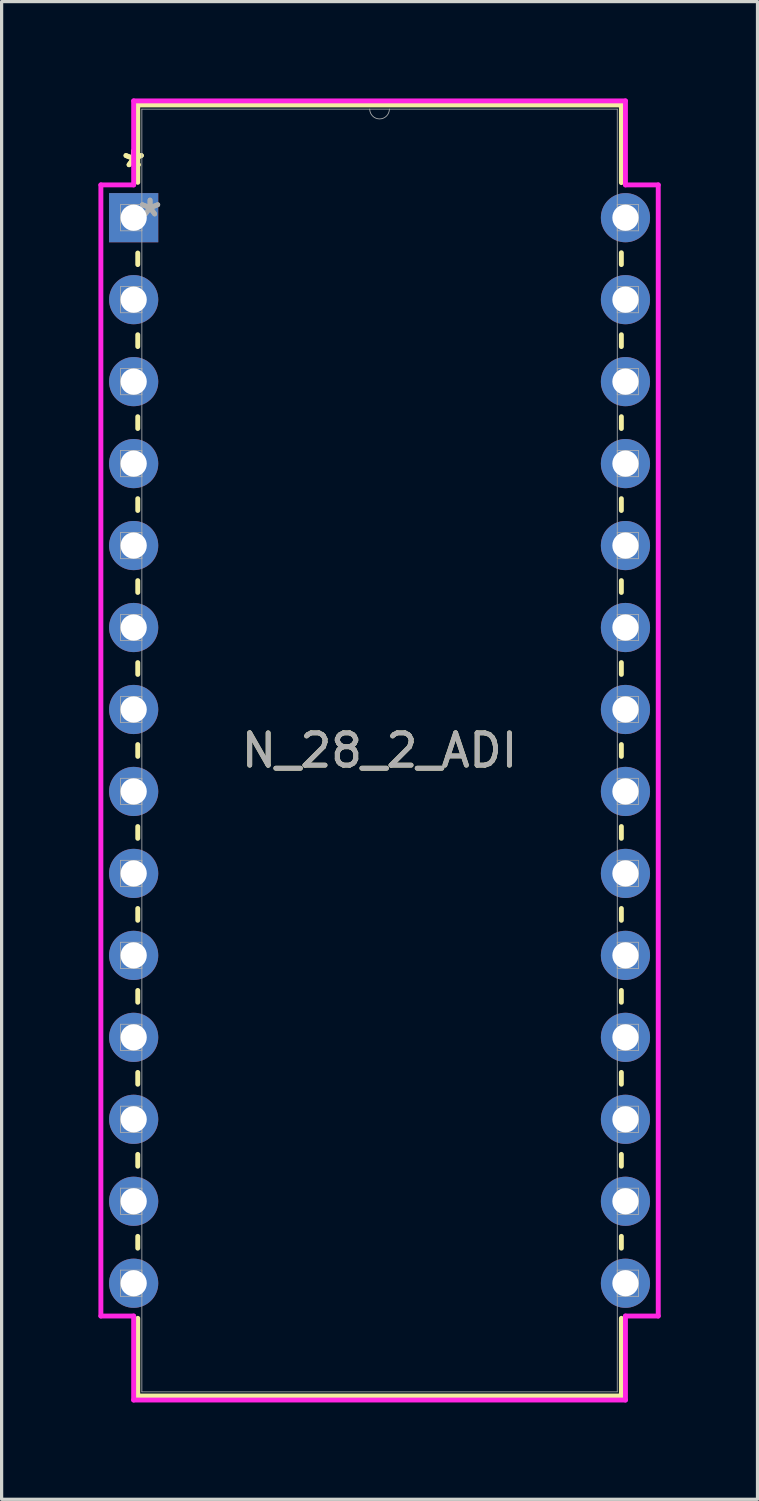
<source format=kicad_pcb>
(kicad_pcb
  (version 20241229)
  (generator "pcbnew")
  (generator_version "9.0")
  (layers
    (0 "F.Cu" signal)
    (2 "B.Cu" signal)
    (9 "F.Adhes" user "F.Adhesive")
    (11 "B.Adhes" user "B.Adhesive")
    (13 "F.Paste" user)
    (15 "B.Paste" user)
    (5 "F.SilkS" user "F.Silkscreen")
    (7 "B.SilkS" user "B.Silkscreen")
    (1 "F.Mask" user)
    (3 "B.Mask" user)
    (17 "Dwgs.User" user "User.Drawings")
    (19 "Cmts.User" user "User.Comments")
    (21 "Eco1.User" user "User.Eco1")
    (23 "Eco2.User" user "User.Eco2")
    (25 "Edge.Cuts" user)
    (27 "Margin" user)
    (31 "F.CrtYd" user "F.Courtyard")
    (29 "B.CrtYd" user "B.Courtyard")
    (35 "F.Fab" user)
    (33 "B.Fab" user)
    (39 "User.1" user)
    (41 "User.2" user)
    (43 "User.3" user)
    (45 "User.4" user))
  (footprint "N_28_2_ADI"
    (layer "F.Cu")
    (at 1.092 3.696)
    (property "Reference" "N_28_2_ADI" (at 7.62 16.51 0) (unlocked yes) (layer "F.SilkS") (effects (font (size 1 1) (thickness 0.15))))
    (attr through_hole)
    (fp_line (start 0.127 -3.493) (end 0.127 -1.095) (stroke (width 0.152) (type solid)) (layer "F.SilkS"))
    (fp_line (start 0.127 1.095) (end 0.127 1.453) (stroke (width 0.152) (type solid)) (layer "F.SilkS"))
    (fp_line (start 0.127 3.627) (end 0.127 3.993) (stroke (width 0.152) (type solid)) (layer "F.SilkS"))
    (fp_line (start 0.127 6.167) (end 0.127 6.533) (stroke (width 0.152) (type solid)) (layer "F.SilkS"))
    (fp_line (start 0.127 8.707) (end 0.127 9.073) (stroke (width 0.152) (type solid)) (layer "F.SilkS"))
    (fp_line (start 0.127 11.247) (end 0.127 11.613) (stroke (width 0.152) (type solid)) (layer "F.SilkS"))
    (fp_line (start 0.127 13.787) (end 0.127 14.153) (stroke (width 0.152) (type solid)) (layer "F.SilkS"))
    (fp_line (start 0.127 16.327) (end 0.127 16.693) (stroke (width 0.152) (type solid)) (layer "F.SilkS"))
    (fp_line (start 0.127 18.867) (end 0.127 19.233) (stroke (width 0.152) (type solid)) (layer "F.SilkS"))
    (fp_line (start 0.127 21.407) (end 0.127 21.773) (stroke (width 0.152) (type solid)) (layer "F.SilkS"))
    (fp_line (start 0.127 23.947) (end 0.127 24.313) (stroke (width 0.152) (type solid)) (layer "F.SilkS"))
    (fp_line (start 0.127 26.487) (end 0.127 26.853) (stroke (width 0.152) (type solid)) (layer "F.SilkS"))
    (fp_line (start 0.127 29.027) (end 0.127 29.393) (stroke (width 0.152) (type solid)) (layer "F.SilkS"))
    (fp_line (start 0.127 31.567) (end 0.127 31.933) (stroke (width 0.152) (type solid)) (layer "F.SilkS"))
    (fp_line (start 0.127 34.107) (end 0.127 36.513) (stroke (width 0.152) (type solid)) (layer "F.SilkS"))
    (fp_line (start 0.127 36.513) (end 15.113 36.513) (stroke (width 0.152) (type solid)) (layer "F.SilkS"))
    (fp_line (start 15.113 -3.493) (end 0.127 -3.493) (stroke (width 0.152) (type solid)) (layer "F.SilkS"))
    (fp_line (start 15.113 -1.087) (end 15.113 -3.493) (stroke (width 0.152) (type solid)) (layer "F.SilkS"))
    (fp_line (start 15.113 1.453) (end 15.113 1.087) (stroke (width 0.152) (type solid)) (layer "F.SilkS"))
    (fp_line (start 15.113 3.993) (end 15.113 3.627) (stroke (width 0.152) (type solid)) (layer "F.SilkS"))
    (fp_line (start 15.113 6.533) (end 15.113 6.167) (stroke (width 0.152) (type solid)) (layer "F.SilkS"))
    (fp_line (start 15.113 9.073) (end 15.113 8.707) (stroke (width 0.152) (type solid)) (layer "F.SilkS"))
    (fp_line (start 15.113 11.613) (end 15.113 11.247) (stroke (width 0.152) (type solid)) (layer "F.SilkS"))
    (fp_line (start 15.113 14.153) (end 15.113 13.787) (stroke (width 0.152) (type solid)) (layer "F.SilkS"))
    (fp_line (start 15.113 16.693) (end 15.113 16.327) (stroke (width 0.152) (type solid)) (layer "F.SilkS"))
    (fp_line (start 15.113 19.233) (end 15.113 18.867) (stroke (width 0.152) (type solid)) (layer "F.SilkS"))
    (fp_line (start 15.113 21.773) (end 15.113 21.407) (stroke (width 0.152) (type solid)) (layer "F.SilkS"))
    (fp_line (start 15.113 24.313) (end 15.113 23.947) (stroke (width 0.152) (type solid)) (layer "F.SilkS"))
    (fp_line (start 15.113 26.853) (end 15.113 26.487) (stroke (width 0.152) (type solid)) (layer "F.SilkS"))
    (fp_line (start 15.113 29.393) (end 15.113 29.027) (stroke (width 0.152) (type solid)) (layer "F.SilkS"))
    (fp_line (start 15.113 31.933) (end 15.113 31.567) (stroke (width 0.152) (type solid)) (layer "F.SilkS"))
    (fp_line (start 15.113 36.513) (end 15.113 34.107) (stroke (width 0.152) (type solid)) (layer "F.SilkS"))
    (fp_line (start -1.016 -1.016) (end 0 -1.016) (stroke (width 0.152) (type solid)) (layer "F.CrtYd"))
    (fp_line (start -1.016 34.036) (end -1.016 -1.016) (stroke (width 0.152) (type solid)) (layer "F.CrtYd"))
    (fp_line (start 0 -3.619) (end 15.24 -3.619) (stroke (width 0.152) (type solid)) (layer "F.CrtYd"))
    (fp_line (start 0 -1.016) (end 0 -3.619) (stroke (width 0.152) (type solid)) (layer "F.CrtYd"))
    (fp_line (start 0 34.036) (end -1.016 34.036) (stroke (width 0.152) (type solid)) (layer "F.CrtYd"))
    (fp_line (start 0 36.639) (end 0 34.036) (stroke (width 0.152) (type solid)) (layer "F.CrtYd"))
    (fp_line (start 15.24 -3.619) (end 15.24 -1.016) (stroke (width 0.152) (type solid)) (layer "F.CrtYd"))
    (fp_line (start 15.24 34.036) (end 15.24 36.639) (stroke (width 0.152) (type solid)) (layer "F.CrtYd"))
    (fp_line (start 15.24 36.639) (end 0 36.639) (stroke (width 0.152) (type solid)) (layer "F.CrtYd"))
    (fp_line (start 16.256 -1.016) (end 15.24 -1.016) (stroke (width 0.152) (type solid)) (layer "F.CrtYd"))
    (fp_line (start 16.256 -1.016) (end 16.256 34.036) (stroke (width 0.152) (type solid)) (layer "F.CrtYd"))
    (fp_line (start 16.256 34.036) (end 15.24 34.036) (stroke (width 0.152) (type solid)) (layer "F.CrtYd"))
    (fp_line (start -0.406 -0.406) (end -0.406 0.406) (stroke (width 0.025) (type solid)) (layer "F.Fab"))
    (fp_line (start -0.406 0.406) (end 0.254 0.406) (stroke (width 0.025) (type solid)) (layer "F.Fab"))
    (fp_line (start -0.406 2.134) (end -0.406 2.946) (stroke (width 0.025) (type solid)) (layer "F.Fab"))
    (fp_line (start -0.406 2.946) (end 0.254 2.946) (stroke (width 0.025) (type solid)) (layer "F.Fab"))
    (fp_line (start -0.406 4.674) (end -0.406 5.486) (stroke (width 0.025) (type solid)) (layer "F.Fab"))
    (fp_line (start -0.406 5.486) (end 0.254 5.486) (stroke (width 0.025) (type solid)) (layer "F.Fab"))
    (fp_line (start -0.406 7.214) (end -0.406 8.026) (stroke (width 0.025) (type solid)) (layer "F.Fab"))
    (fp_line (start -0.406 8.026) (end 0.254 8.026) (stroke (width 0.025) (type solid)) (layer "F.Fab"))
    (fp_line (start -0.406 9.754) (end -0.406 10.566) (stroke (width 0.025) (type solid)) (layer "F.Fab"))
    (fp_line (start -0.406 10.566) (end 0.254 10.566) (stroke (width 0.025) (type solid)) (layer "F.Fab"))
    (fp_line (start -0.406 12.294) (end -0.406 13.106) (stroke (width 0.025) (type solid)) (layer "F.Fab"))
    (fp_line (start -0.406 13.106) (end 0.254 13.106) (stroke (width 0.025) (type solid)) (layer "F.Fab"))
    (fp_line (start -0.406 14.834) (end -0.406 15.646) (stroke (width 0.025) (type solid)) (layer "F.Fab"))
    (fp_line (start -0.406 15.646) (end 0.254 15.646) (stroke (width 0.025) (type solid)) (layer "F.Fab"))
    (fp_line (start -0.406 17.374) (end -0.406 18.186) (stroke (width 0.025) (type solid)) (layer "F.Fab"))
    (fp_line (start -0.406 18.186) (end 0.254 18.186) (stroke (width 0.025) (type solid)) (layer "F.Fab"))
    (fp_line (start -0.406 19.914) (end -0.406 20.726) (stroke (width 0.025) (type solid)) (layer "F.Fab"))
    (fp_line (start -0.406 20.726) (end 0.254 20.726) (stroke (width 0.025) (type solid)) (layer "F.Fab"))
    (fp_line (start -0.406 22.454) (end -0.406 23.266) (stroke (width 0.025) (type solid)) (layer "F.Fab"))
    (fp_line (start -0.406 23.266) (end 0.254 23.266) (stroke (width 0.025) (type solid)) (layer "F.Fab"))
    (fp_line (start -0.406 24.994) (end -0.406 25.806) (stroke (width 0.025) (type solid)) (layer "F.Fab"))
    (fp_line (start -0.406 25.806) (end 0.254 25.806) (stroke (width 0.025) (type solid)) (layer "F.Fab"))
    (fp_line (start -0.406 27.534) (end -0.406 28.346) (stroke (width 0.025) (type solid)) (layer "F.Fab"))
    (fp_line (start -0.406 28.346) (end 0.254 28.346) (stroke (width 0.025) (type solid)) (layer "F.Fab"))
    (fp_line (start -0.406 30.074) (end -0.406 30.886) (stroke (width 0.025) (type solid)) (layer "F.Fab"))
    (fp_line (start -0.406 30.886) (end 0.254 30.886) (stroke (width 0.025) (type solid)) (layer "F.Fab"))
    (fp_line (start -0.406 32.614) (end -0.406 33.426) (stroke (width 0.025) (type solid)) (layer "F.Fab"))
    (fp_line (start -0.406 33.426) (end 0.254 33.426) (stroke (width 0.025) (type solid)) (layer "F.Fab"))
    (fp_line (start 0.254 -3.365) (end 0.254 36.386) (stroke (width 0.025) (type solid)) (layer "F.Fab"))
    (fp_line (start 0.254 -0.406) (end -0.406 -0.406) (stroke (width 0.025) (type solid)) (layer "F.Fab"))
    (fp_line (start 0.254 0.406) (end 0.254 -0.406) (stroke (width 0.025) (type solid)) (layer "F.Fab"))
    (fp_line (start 0.254 2.134) (end -0.406 2.134) (stroke (width 0.025) (type solid)) (layer "F.Fab"))
    (fp_line (start 0.254 2.946) (end 0.254 2.134) (stroke (width 0.025) (type solid)) (layer "F.Fab"))
    (fp_line (start 0.254 4.674) (end -0.406 4.674) (stroke (width 0.025) (type solid)) (layer "F.Fab"))
    (fp_line (start 0.254 5.486) (end 0.254 4.674) (stroke (width 0.025) (type solid)) (layer "F.Fab"))
    (fp_line (start 0.254 7.214) (end -0.406 7.214) (stroke (width 0.025) (type solid)) (layer "F.Fab"))
    (fp_line (start 0.254 8.026) (end 0.254 7.214) (stroke (width 0.025) (type solid)) (layer "F.Fab"))
    (fp_line (start 0.254 9.754) (end -0.406 9.754) (stroke (width 0.025) (type solid)) (layer "F.Fab"))
    (fp_line (start 0.254 10.566) (end 0.254 9.754) (stroke (width 0.025) (type solid)) (layer "F.Fab"))
    (fp_line (start 0.254 12.294) (end -0.406 12.294) (stroke (width 0.025) (type solid)) (layer "F.Fab"))
    (fp_line (start 0.254 13.106) (end 0.254 12.294) (stroke (width 0.025) (type solid)) (layer "F.Fab"))
    (fp_line (start 0.254 14.834) (end -0.406 14.834) (stroke (width 0.025) (type solid)) (layer "F.Fab"))
    (fp_line (start 0.254 15.646) (end 0.254 14.834) (stroke (width 0.025) (type solid)) (layer "F.Fab"))
    (fp_line (start 0.254 17.374) (end -0.406 17.374) (stroke (width 0.025) (type solid)) (layer "F.Fab"))
    (fp_line (start 0.254 18.186) (end 0.254 17.374) (stroke (width 0.025) (type solid)) (layer "F.Fab"))
    (fp_line (start 0.254 19.914) (end -0.406 19.914) (stroke (width 0.025) (type solid)) (layer "F.Fab"))
    (fp_line (start 0.254 20.726) (end 0.254 19.914) (stroke (width 0.025) (type solid)) (layer "F.Fab"))
    (fp_line (start 0.254 22.454) (end -0.406 22.454) (stroke (width 0.025) (type solid)) (layer "F.Fab"))
    (fp_line (start 0.254 23.266) (end 0.254 22.454) (stroke (width 0.025) (type solid)) (layer "F.Fab"))
    (fp_line (start 0.254 24.994) (end -0.406 24.994) (stroke (width 0.025) (type solid)) (layer "F.Fab"))
    (fp_line (start 0.254 25.806) (end 0.254 24.994) (stroke (width 0.025) (type solid)) (layer "F.Fab"))
    (fp_line (start 0.254 27.534) (end -0.406 27.534) (stroke (width 0.025) (type solid)) (layer "F.Fab"))
    (fp_line (start 0.254 28.346) (end 0.254 27.534) (stroke (width 0.025) (type solid)) (layer "F.Fab"))
    (fp_line (start 0.254 30.074) (end -0.406 30.074) (stroke (width 0.025) (type solid)) (layer "F.Fab"))
    (fp_line (start 0.254 30.886) (end 0.254 30.074) (stroke (width 0.025) (type solid)) (layer "F.Fab"))
    (fp_line (start 0.254 32.614) (end -0.406 32.614) (stroke (width 0.025) (type solid)) (layer "F.Fab"))
    (fp_line (start 0.254 33.426) (end 0.254 32.614) (stroke (width 0.025) (type solid)) (layer "F.Fab"))
    (fp_line (start 0.254 36.386) (end 14.986 36.386) (stroke (width 0.025) (type solid)) (layer "F.Fab"))
    (fp_line (start 14.986 -3.365) (end 0.254 -3.365) (stroke (width 0.025) (type solid)) (layer "F.Fab"))
    (fp_line (start 14.986 -0.406) (end 14.986 0.406) (stroke (width 0.025) (type solid)) (layer "F.Fab"))
    (fp_line (start 14.986 0.406) (end 15.646 0.406) (stroke (width 0.025) (type solid)) (layer "F.Fab"))
    (fp_line (start 14.986 2.134) (end 14.986 2.946) (stroke (width 0.025) (type solid)) (layer "F.Fab"))
    (fp_line (start 14.986 2.946) (end 15.646 2.946) (stroke (width 0.025) (type solid)) (layer "F.Fab"))
    (fp_line (start 14.986 4.674) (end 14.986 5.486) (stroke (width 0.025) (type solid)) (layer "F.Fab"))
    (fp_line (start 14.986 5.486) (end 15.646 5.486) (stroke (width 0.025) (type solid)) (layer "F.Fab"))
    (fp_line (start 14.986 7.214) (end 14.986 8.026) (stroke (width 0.025) (type solid)) (layer "F.Fab"))
    (fp_line (start 14.986 8.026) (end 15.646 8.026) (stroke (width 0.025) (type solid)) (layer "F.Fab"))
    (fp_line (start 14.986 9.754) (end 14.986 10.566) (stroke (width 0.025) (type solid)) (layer "F.Fab"))
    (fp_line (start 14.986 10.566) (end 15.646 10.566) (stroke (width 0.025) (type solid)) (layer "F.Fab"))
    (fp_line (start 14.986 12.294) (end 14.986 13.106) (stroke (width 0.025) (type solid)) (layer "F.Fab"))
    (fp_line (start 14.986 13.106) (end 15.646 13.106) (stroke (width 0.025) (type solid)) (layer "F.Fab"))
    (fp_line (start 14.986 14.834) (end 14.986 15.646) (stroke (width 0.025) (type solid)) (layer "F.Fab"))
    (fp_line (start 14.986 15.646) (end 15.646 15.646) (stroke (width 0.025) (type solid)) (layer "F.Fab"))
    (fp_line (start 14.986 17.374) (end 14.986 18.186) (stroke (width 0.025) (type solid)) (layer "F.Fab"))
    (fp_line (start 14.986 18.186) (end 15.646 18.186) (stroke (width 0.025) (type solid)) (layer "F.Fab"))
    (fp_line (start 14.986 19.914) (end 14.986 20.726) (stroke (width 0.025) (type solid)) (layer "F.Fab"))
    (fp_line (start 14.986 20.726) (end 15.646 20.726) (stroke (width 0.025) (type solid)) (layer "F.Fab"))
    (fp_line (start 14.986 22.454) (end 14.986 23.266) (stroke (width 0.025) (type solid)) (layer "F.Fab"))
    (fp_line (start 14.986 23.266) (end 15.646 23.266) (stroke (width 0.025) (type solid)) (layer "F.Fab"))
    (fp_line (start 14.986 24.994) (end 14.986 25.806) (stroke (width 0.025) (type solid)) (layer "F.Fab"))
    (fp_line (start 14.986 25.806) (end 15.646 25.806) (stroke (width 0.025) (type solid)) (layer "F.Fab"))
    (fp_line (start 14.986 27.534) (end 14.986 28.346) (stroke (width 0.025) (type solid)) (layer "F.Fab"))
    (fp_line (start 14.986 28.346) (end 15.646 28.346) (stroke (width 0.025) (type solid)) (layer "F.Fab"))
    (fp_line (start 14.986 30.074) (end 14.986 30.886) (stroke (width 0.025) (type solid)) (layer "F.Fab"))
    (fp_line (start 14.986 30.886) (end 15.646 30.886) (stroke (width 0.025) (type solid)) (layer "F.Fab"))
    (fp_line (start 14.986 32.614) (end 14.986 33.426) (stroke (width 0.025) (type solid)) (layer "F.Fab"))
    (fp_line (start 14.986 33.426) (end 15.646 33.426) (stroke (width 0.025) (type solid)) (layer "F.Fab"))
    (fp_line (start 14.986 36.386) (end 14.986 -3.365) (stroke (width 0.025) (type solid)) (layer "F.Fab"))
    (fp_line (start 15.646 -0.406) (end 14.986 -0.406) (stroke (width 0.025) (type solid)) (layer "F.Fab"))
    (fp_line (start 15.646 0.406) (end 15.646 -0.406) (stroke (width 0.025) (type solid)) (layer "F.Fab"))
    (fp_line (start 15.646 2.134) (end 14.986 2.134) (stroke (width 0.025) (type solid)) (layer "F.Fab"))
    (fp_line (start 15.646 2.946) (end 15.646 2.134) (stroke (width 0.025) (type solid)) (layer "F.Fab"))
    (fp_line (start 15.646 4.674) (end 14.986 4.674) (stroke (width 0.025) (type solid)) (layer "F.Fab"))
    (fp_line (start 15.646 5.486) (end 15.646 4.674) (stroke (width 0.025) (type solid)) (layer "F.Fab"))
    (fp_line (start 15.646 7.214) (end 14.986 7.214) (stroke (width 0.025) (type solid)) (layer "F.Fab"))
    (fp_line (start 15.646 8.026) (end 15.646 7.214) (stroke (width 0.025) (type solid)) (layer "F.Fab"))
    (fp_line (start 15.646 9.754) (end 14.986 9.754) (stroke (width 0.025) (type solid)) (layer "F.Fab"))
    (fp_line (start 15.646 10.566) (end 15.646 9.754) (stroke (width 0.025) (type solid)) (layer "F.Fab"))
    (fp_line (start 15.646 12.294) (end 14.986 12.294) (stroke (width 0.025) (type solid)) (layer "F.Fab"))
    (fp_line (start 15.646 13.106) (end 15.646 12.294) (stroke (width 0.025) (type solid)) (layer "F.Fab"))
    (fp_line (start 15.646 14.834) (end 14.986 14.834) (stroke (width 0.025) (type solid)) (layer "F.Fab"))
    (fp_line (start 15.646 15.646) (end 15.646 14.834) (stroke (width 0.025) (type solid)) (layer "F.Fab"))
    (fp_line (start 15.646 17.374) (end 14.986 17.374) (stroke (width 0.025) (type solid)) (layer "F.Fab"))
    (fp_line (start 15.646 18.186) (end 15.646 17.374) (stroke (width 0.025) (type solid)) (layer "F.Fab"))
    (fp_line (start 15.646 19.914) (end 14.986 19.914) (stroke (width 0.025) (type solid)) (layer "F.Fab"))
    (fp_line (start 15.646 20.726) (end 15.646 19.914) (stroke (width 0.025) (type solid)) (layer "F.Fab"))
    (fp_line (start 15.646 22.454) (end 14.986 22.454) (stroke (width 0.025) (type solid)) (layer "F.Fab"))
    (fp_line (start 15.646 23.266) (end 15.646 22.454) (stroke (width 0.025) (type solid)) (layer "F.Fab"))
    (fp_line (start 15.646 24.994) (end 14.986 24.994) (stroke (width 0.025) (type solid)) (layer "F.Fab"))
    (fp_line (start 15.646 25.806) (end 15.646 24.994) (stroke (width 0.025) (type solid)) (layer "F.Fab"))
    (fp_line (start 15.646 27.534) (end 14.986 27.534) (stroke (width 0.025) (type solid)) (layer "F.Fab"))
    (fp_line (start 15.646 28.346) (end 15.646 27.534) (stroke (width 0.025) (type solid)) (layer "F.Fab"))
    (fp_line (start 15.646 30.074) (end 14.986 30.074) (stroke (width 0.025) (type solid)) (layer "F.Fab"))
    (fp_line (start 15.646 30.886) (end 15.646 30.074) (stroke (width 0.025) (type solid)) (layer "F.Fab"))
    (fp_line (start 15.646 32.614) (end 14.986 32.614) (stroke (width 0.025) (type solid)) (layer "F.Fab"))
    (fp_line (start 15.646 33.426) (end 15.646 32.614) (stroke (width 0.025) (type solid)) (layer "F.Fab"))
    (fp_arc (start 7.9248 -3.3655) (mid 7.62 -3.0607) (end 7.3152 -3.3655) (stroke (width 0.0254) (type solid)) (layer "F.Fab"))
    (fp_text user "*" (at 0 -1.524 0) (unlocked yes) (layer "F.SilkS") (effects (font (size 1 1) (thickness 0.15))))
    (fp_text user "*" (at 0 -1.524 0) (layer "F.SilkS") (effects (font (size 1 1) (thickness 0.15))))
    (fp_text user "${REFERENCE}" (at 7.62 16.51 0) (unlocked yes) (layer "F.Fab") (effects (font (size 1 1) (thickness 0.15))))
    (fp_text user "*" (at 0.508 0 0) (layer "F.Fab") (effects (font (size 1 1) (thickness 0.15))))
    (fp_text user "*" (at 0.508 0 0) (unlocked yes) (layer "F.Fab") (effects (font (size 1 1) (thickness 0.15))))
    (pad "1" thru_hole rect (at 0 0) (size 1.524 1.524) (drill 0.813) (layers "*.Cu" "*.Mask"))
    (pad "2" thru_hole circle (at 0 2.54) (size 1.524 1.524) (drill 0.813) (layers "*.Cu" "*.Mask"))
    (pad "3" thru_hole circle (at 0 5.08) (size 1.524 1.524) (drill 0.813) (layers "*.Cu" "*.Mask"))
    (pad "4" thru_hole circle (at 0 7.62) (size 1.524 1.524) (drill 0.813) (layers "*.Cu" "*.Mask"))
    (pad "5" thru_hole circle (at 0 10.16) (size 1.524 1.524) (drill 0.813) (layers "*.Cu" "*.Mask"))
    (pad "6" thru_hole circle (at 0 12.7) (size 1.524 1.524) (drill 0.813) (layers "*.Cu" "*.Mask"))
    (pad "7" thru_hole circle (at 0 15.24) (size 1.524 1.524) (drill 0.813) (layers "*.Cu" "*.Mask"))
    (pad "8" thru_hole circle (at 0 17.78) (size 1.524 1.524) (drill 0.813) (layers "*.Cu" "*.Mask"))
    (pad "9" thru_hole circle (at 0 20.32) (size 1.524 1.524) (drill 0.813) (layers "*.Cu" "*.Mask"))
    (pad "10" thru_hole circle (at 0 22.86) (size 1.524 1.524) (drill 0.813) (layers "*.Cu" "*.Mask"))
    (pad "11" thru_hole circle (at 0 25.4) (size 1.524 1.524) (drill 0.813) (layers "*.Cu" "*.Mask"))
    (pad "12" thru_hole circle (at 0 27.94) (size 1.524 1.524) (drill 0.813) (layers "*.Cu" "*.Mask"))
    (pad "13" thru_hole circle (at 0 30.48) (size 1.524 1.524) (drill 0.813) (layers "*.Cu" "*.Mask"))
    (pad "14" thru_hole circle (at 0 33.02) (size 1.524 1.524) (drill 0.813) (layers "*.Cu" "*.Mask"))
    (pad "15" thru_hole circle (at 15.24 33.02) (size 1.524 1.524) (drill 0.813) (layers "*.Cu" "*.Mask"))
    (pad "16" thru_hole circle (at 15.24 30.48) (size 1.524 1.524) (drill 0.813) (layers "*.Cu" "*.Mask"))
    (pad "17" thru_hole circle (at 15.24 27.94) (size 1.524 1.524) (drill 0.813) (layers "*.Cu" "*.Mask"))
    (pad "18" thru_hole circle (at 15.24 25.4) (size 1.524 1.524) (drill 0.813) (layers "*.Cu" "*.Mask"))
    (pad "19" thru_hole circle (at 15.24 22.86) (size 1.524 1.524) (drill 0.813) (layers "*.Cu" "*.Mask"))
    (pad "20" thru_hole circle (at 15.24 20.32) (size 1.524 1.524) (drill 0.813) (layers "*.Cu" "*.Mask"))
    (pad "21" thru_hole circle (at 15.24 17.78) (size 1.524 1.524) (drill 0.813) (layers "*.Cu" "*.Mask"))
    (pad "22" thru_hole circle (at 15.24 15.24) (size 1.524 1.524) (drill 0.813) (layers "*.Cu" "*.Mask"))
    (pad "23" thru_hole circle (at 15.24 12.7) (size 1.524 1.524) (drill 0.813) (layers "*.Cu" "*.Mask"))
    (pad "24" thru_hole circle (at 15.24 10.16) (size 1.524 1.524) (drill 0.813) (layers "*.Cu" "*.Mask"))
    (pad "25" thru_hole circle (at 15.24 7.62) (size 1.524 1.524) (drill 0.813) (layers "*.Cu" "*.Mask"))
    (pad "26" thru_hole circle (at 15.24 5.08) (size 1.524 1.524) (drill 0.813) (layers "*.Cu" "*.Mask"))
    (pad "27" thru_hole circle (at 15.24 2.54) (size 1.524 1.524) (drill 0.813) (layers "*.Cu" "*.Mask"))
    (pad "28" thru_hole circle (at 15.24 0) (size 1.524 1.524) (drill 0.813) (layers "*.Cu" "*.Mask")))
  (gr_rect
    (start -3 -3)
    (end 20.424 43.411)
    (stroke (width 0.1) (type default))
    (fill no)
    (layer "Edge.Cuts")))
</source>
